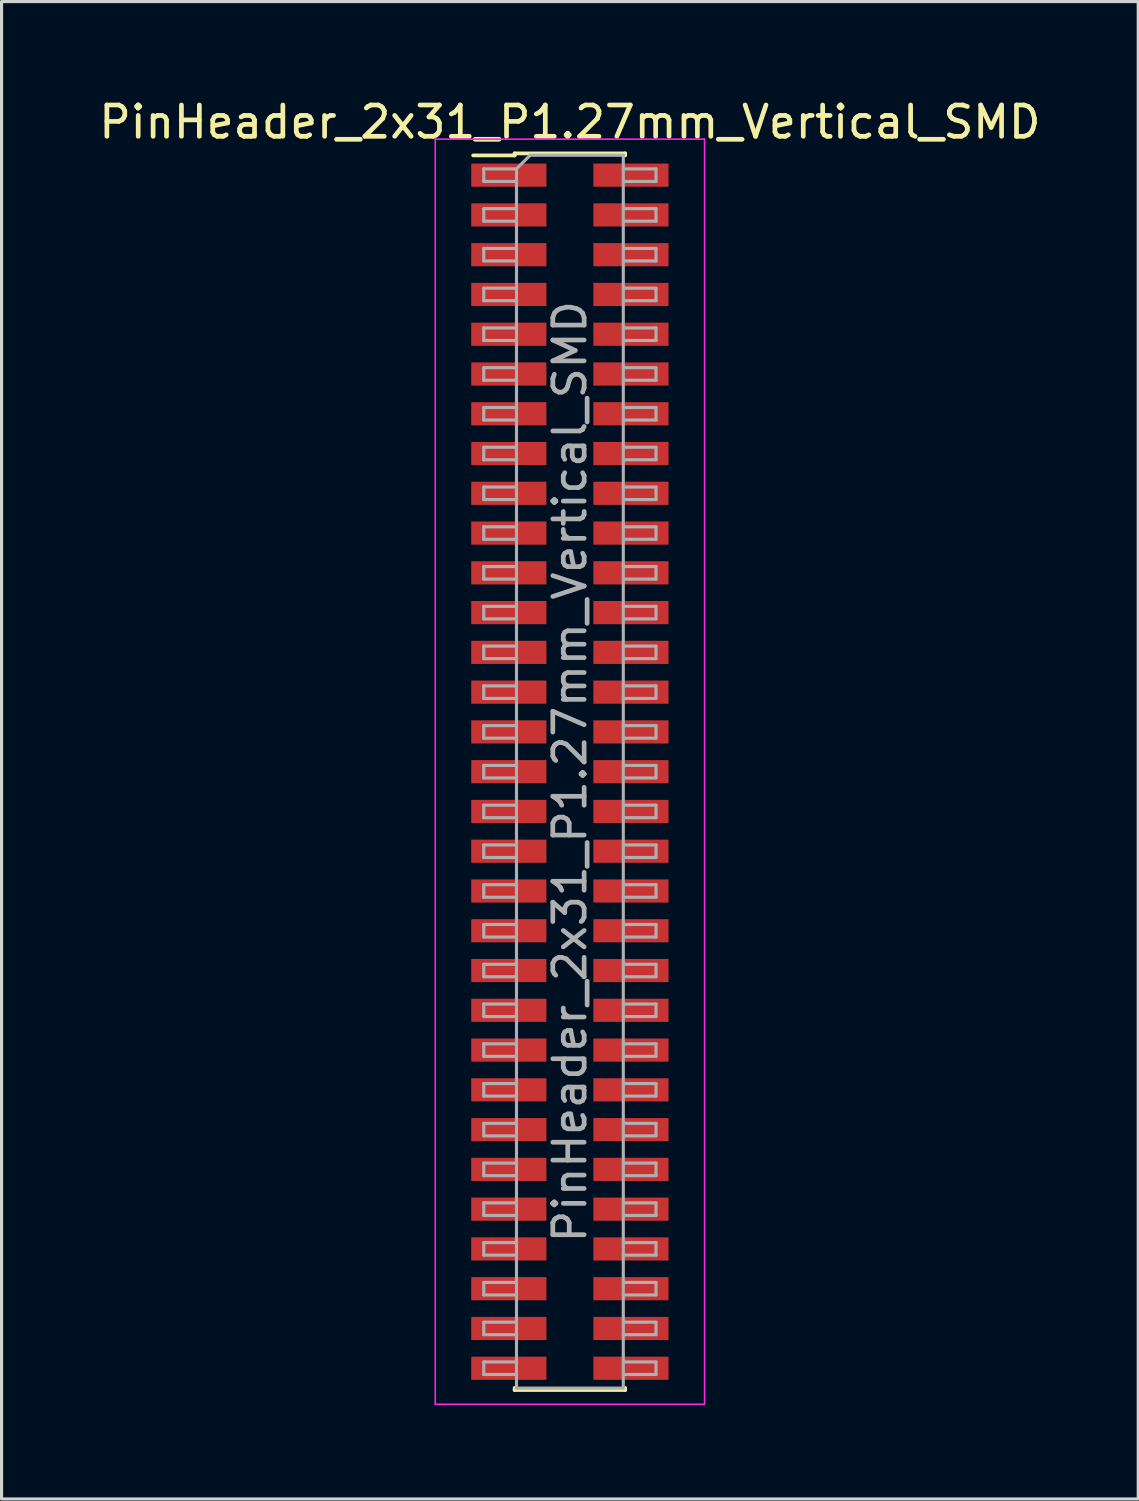
<source format=kicad_pcb>
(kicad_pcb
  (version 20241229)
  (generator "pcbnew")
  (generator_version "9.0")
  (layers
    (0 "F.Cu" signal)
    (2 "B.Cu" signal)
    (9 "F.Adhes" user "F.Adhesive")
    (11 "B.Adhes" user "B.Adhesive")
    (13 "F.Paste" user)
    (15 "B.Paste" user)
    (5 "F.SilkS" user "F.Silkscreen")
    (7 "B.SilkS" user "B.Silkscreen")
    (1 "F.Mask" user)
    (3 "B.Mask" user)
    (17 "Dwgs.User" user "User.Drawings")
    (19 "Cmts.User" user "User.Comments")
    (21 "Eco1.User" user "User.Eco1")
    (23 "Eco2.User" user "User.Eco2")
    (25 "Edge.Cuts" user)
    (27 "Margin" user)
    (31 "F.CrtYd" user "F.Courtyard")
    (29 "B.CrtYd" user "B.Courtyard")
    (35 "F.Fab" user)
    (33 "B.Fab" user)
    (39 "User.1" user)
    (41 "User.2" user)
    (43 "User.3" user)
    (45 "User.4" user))
  (footprint "PinHeader_2x31_P1.27mm_Vertical_SMD"
    (layer "F.Cu")
    (at 15.149 21.593)
    (property "Reference" "PinHeader_2x31_P1.27mm_Vertical_SMD" (at 0 -20.745 0) (layer "F.SilkS") (effects (font (size 1 1) (thickness 0.15))))
    (attr smd)
    (fp_line (start -3.09 -19.68) (end -1.765 -19.68) (stroke (width 0.12) (type solid)) (layer "F.SilkS"))
    (fp_line (start -1.765 -19.745) (end -1.765 -19.68) (stroke (width 0.12) (type solid)) (layer "F.SilkS"))
    (fp_line (start -1.765 -19.745) (end 1.765 -19.745) (stroke (width 0.12) (type solid)) (layer "F.SilkS"))
    (fp_line (start -1.765 19.68) (end -1.765 19.745) (stroke (width 0.12) (type solid)) (layer "F.SilkS"))
    (fp_line (start -1.765 19.745) (end 1.765 19.745) (stroke (width 0.12) (type solid)) (layer "F.SilkS"))
    (fp_line (start 1.765 -19.745) (end 1.765 -19.68) (stroke (width 0.12) (type solid)) (layer "F.SilkS"))
    (fp_line (start 1.765 19.68) (end 1.765 19.745) (stroke (width 0.12) (type solid)) (layer "F.SilkS"))
    (fp_line (start -4.3 -20.2) (end -4.3 20.2) (stroke (width 0.05) (type solid)) (layer "F.CrtYd"))
    (fp_line (start -4.3 20.2) (end 4.3 20.2) (stroke (width 0.05) (type solid)) (layer "F.CrtYd"))
    (fp_line (start 4.3 -20.2) (end -4.3 -20.2) (stroke (width 0.05) (type solid)) (layer "F.CrtYd"))
    (fp_line (start 4.3 20.2) (end 4.3 -20.2) (stroke (width 0.05) (type solid)) (layer "F.CrtYd"))
    (fp_line (start -2.75 -19.25) (end -2.75 -18.85) (stroke (width 0.1) (type solid)) (layer "F.Fab"))
    (fp_line (start -2.75 -18.85) (end -1.705 -18.85) (stroke (width 0.1) (type solid)) (layer "F.Fab"))
    (fp_line (start -2.75 -17.98) (end -2.75 -17.58) (stroke (width 0.1) (type solid)) (layer "F.Fab"))
    (fp_line (start -2.75 -17.58) (end -1.705 -17.58) (stroke (width 0.1) (type solid)) (layer "F.Fab"))
    (fp_line (start -2.75 -16.71) (end -2.75 -16.31) (stroke (width 0.1) (type solid)) (layer "F.Fab"))
    (fp_line (start -2.75 -16.31) (end -1.705 -16.31) (stroke (width 0.1) (type solid)) (layer "F.Fab"))
    (fp_line (start -2.75 -15.44) (end -2.75 -15.04) (stroke (width 0.1) (type solid)) (layer "F.Fab"))
    (fp_line (start -2.75 -15.04) (end -1.705 -15.04) (stroke (width 0.1) (type solid)) (layer "F.Fab"))
    (fp_line (start -2.75 -14.17) (end -2.75 -13.77) (stroke (width 0.1) (type solid)) (layer "F.Fab"))
    (fp_line (start -2.75 -13.77) (end -1.705 -13.77) (stroke (width 0.1) (type solid)) (layer "F.Fab"))
    (fp_line (start -2.75 -12.9) (end -2.75 -12.5) (stroke (width 0.1) (type solid)) (layer "F.Fab"))
    (fp_line (start -2.75 -12.5) (end -1.705 -12.5) (stroke (width 0.1) (type solid)) (layer "F.Fab"))
    (fp_line (start -2.75 -11.63) (end -2.75 -11.23) (stroke (width 0.1) (type solid)) (layer "F.Fab"))
    (fp_line (start -2.75 -11.23) (end -1.705 -11.23) (stroke (width 0.1) (type solid)) (layer "F.Fab"))
    (fp_line (start -2.75 -10.36) (end -2.75 -9.96) (stroke (width 0.1) (type solid)) (layer "F.Fab"))
    (fp_line (start -2.75 -9.96) (end -1.705 -9.96) (stroke (width 0.1) (type solid)) (layer "F.Fab"))
    (fp_line (start -2.75 -9.09) (end -2.75 -8.69) (stroke (width 0.1) (type solid)) (layer "F.Fab"))
    (fp_line (start -2.75 -8.69) (end -1.705 -8.69) (stroke (width 0.1) (type solid)) (layer "F.Fab"))
    (fp_line (start -2.75 -7.82) (end -2.75 -7.42) (stroke (width 0.1) (type solid)) (layer "F.Fab"))
    (fp_line (start -2.75 -7.42) (end -1.705 -7.42) (stroke (width 0.1) (type solid)) (layer "F.Fab"))
    (fp_line (start -2.75 -6.55) (end -2.75 -6.15) (stroke (width 0.1) (type solid)) (layer "F.Fab"))
    (fp_line (start -2.75 -6.15) (end -1.705 -6.15) (stroke (width 0.1) (type solid)) (layer "F.Fab"))
    (fp_line (start -2.75 -5.28) (end -2.75 -4.88) (stroke (width 0.1) (type solid)) (layer "F.Fab"))
    (fp_line (start -2.75 -4.88) (end -1.705 -4.88) (stroke (width 0.1) (type solid)) (layer "F.Fab"))
    (fp_line (start -2.75 -4.01) (end -2.75 -3.61) (stroke (width 0.1) (type solid)) (layer "F.Fab"))
    (fp_line (start -2.75 -3.61) (end -1.705 -3.61) (stroke (width 0.1) (type solid)) (layer "F.Fab"))
    (fp_line (start -2.75 -2.74) (end -2.75 -2.34) (stroke (width 0.1) (type solid)) (layer "F.Fab"))
    (fp_line (start -2.75 -2.34) (end -1.705 -2.34) (stroke (width 0.1) (type solid)) (layer "F.Fab"))
    (fp_line (start -2.75 -1.47) (end -2.75 -1.07) (stroke (width 0.1) (type solid)) (layer "F.Fab"))
    (fp_line (start -2.75 -1.07) (end -1.705 -1.07) (stroke (width 0.1) (type solid)) (layer "F.Fab"))
    (fp_line (start -2.75 -0.2) (end -2.75 0.2) (stroke (width 0.1) (type solid)) (layer "F.Fab"))
    (fp_line (start -2.75 0.2) (end -1.705 0.2) (stroke (width 0.1) (type solid)) (layer "F.Fab"))
    (fp_line (start -2.75 1.07) (end -2.75 1.47) (stroke (width 0.1) (type solid)) (layer "F.Fab"))
    (fp_line (start -2.75 1.47) (end -1.705 1.47) (stroke (width 0.1) (type solid)) (layer "F.Fab"))
    (fp_line (start -2.75 2.34) (end -2.75 2.74) (stroke (width 0.1) (type solid)) (layer "F.Fab"))
    (fp_line (start -2.75 2.74) (end -1.705 2.74) (stroke (width 0.1) (type solid)) (layer "F.Fab"))
    (fp_line (start -2.75 3.61) (end -2.75 4.01) (stroke (width 0.1) (type solid)) (layer "F.Fab"))
    (fp_line (start -2.75 4.01) (end -1.705 4.01) (stroke (width 0.1) (type solid)) (layer "F.Fab"))
    (fp_line (start -2.75 4.88) (end -2.75 5.28) (stroke (width 0.1) (type solid)) (layer "F.Fab"))
    (fp_line (start -2.75 5.28) (end -1.705 5.28) (stroke (width 0.1) (type solid)) (layer "F.Fab"))
    (fp_line (start -2.75 6.15) (end -2.75 6.55) (stroke (width 0.1) (type solid)) (layer "F.Fab"))
    (fp_line (start -2.75 6.55) (end -1.705 6.55) (stroke (width 0.1) (type solid)) (layer "F.Fab"))
    (fp_line (start -2.75 7.42) (end -2.75 7.82) (stroke (width 0.1) (type solid)) (layer "F.Fab"))
    (fp_line (start -2.75 7.82) (end -1.705 7.82) (stroke (width 0.1) (type solid)) (layer "F.Fab"))
    (fp_line (start -2.75 8.69) (end -2.75 9.09) (stroke (width 0.1) (type solid)) (layer "F.Fab"))
    (fp_line (start -2.75 9.09) (end -1.705 9.09) (stroke (width 0.1) (type solid)) (layer "F.Fab"))
    (fp_line (start -2.75 9.96) (end -2.75 10.36) (stroke (width 0.1) (type solid)) (layer "F.Fab"))
    (fp_line (start -2.75 10.36) (end -1.705 10.36) (stroke (width 0.1) (type solid)) (layer "F.Fab"))
    (fp_line (start -2.75 11.23) (end -2.75 11.63) (stroke (width 0.1) (type solid)) (layer "F.Fab"))
    (fp_line (start -2.75 11.63) (end -1.705 11.63) (stroke (width 0.1) (type solid)) (layer "F.Fab"))
    (fp_line (start -2.75 12.5) (end -2.75 12.9) (stroke (width 0.1) (type solid)) (layer "F.Fab"))
    (fp_line (start -2.75 12.9) (end -1.705 12.9) (stroke (width 0.1) (type solid)) (layer "F.Fab"))
    (fp_line (start -2.75 13.77) (end -2.75 14.17) (stroke (width 0.1) (type solid)) (layer "F.Fab"))
    (fp_line (start -2.75 14.17) (end -1.705 14.17) (stroke (width 0.1) (type solid)) (layer "F.Fab"))
    (fp_line (start -2.75 15.04) (end -2.75 15.44) (stroke (width 0.1) (type solid)) (layer "F.Fab"))
    (fp_line (start -2.75 15.44) (end -1.705 15.44) (stroke (width 0.1) (type solid)) (layer "F.Fab"))
    (fp_line (start -2.75 16.31) (end -2.75 16.71) (stroke (width 0.1) (type solid)) (layer "F.Fab"))
    (fp_line (start -2.75 16.71) (end -1.705 16.71) (stroke (width 0.1) (type solid)) (layer "F.Fab"))
    (fp_line (start -2.75 17.58) (end -2.75 17.98) (stroke (width 0.1) (type solid)) (layer "F.Fab"))
    (fp_line (start -2.75 17.98) (end -1.705 17.98) (stroke (width 0.1) (type solid)) (layer "F.Fab"))
    (fp_line (start -2.75 18.85) (end -2.75 19.25) (stroke (width 0.1) (type solid)) (layer "F.Fab"))
    (fp_line (start -2.75 19.25) (end -1.705 19.25) (stroke (width 0.1) (type solid)) (layer "F.Fab"))
    (fp_line (start -1.705 -19.25) (end -2.75 -19.25) (stroke (width 0.1) (type solid)) (layer "F.Fab"))
    (fp_line (start -1.705 -19.25) (end -1.27 -19.685) (stroke (width 0.1) (type solid)) (layer "F.Fab"))
    (fp_line (start -1.705 -17.98) (end -2.75 -17.98) (stroke (width 0.1) (type solid)) (layer "F.Fab"))
    (fp_line (start -1.705 -16.71) (end -2.75 -16.71) (stroke (width 0.1) (type solid)) (layer "F.Fab"))
    (fp_line (start -1.705 -15.44) (end -2.75 -15.44) (stroke (width 0.1) (type solid)) (layer "F.Fab"))
    (fp_line (start -1.705 -14.17) (end -2.75 -14.17) (stroke (width 0.1) (type solid)) (layer "F.Fab"))
    (fp_line (start -1.705 -12.9) (end -2.75 -12.9) (stroke (width 0.1) (type solid)) (layer "F.Fab"))
    (fp_line (start -1.705 -11.63) (end -2.75 -11.63) (stroke (width 0.1) (type solid)) (layer "F.Fab"))
    (fp_line (start -1.705 -10.36) (end -2.75 -10.36) (stroke (width 0.1) (type solid)) (layer "F.Fab"))
    (fp_line (start -1.705 -9.09) (end -2.75 -9.09) (stroke (width 0.1) (type solid)) (layer "F.Fab"))
    (fp_line (start -1.705 -7.82) (end -2.75 -7.82) (stroke (width 0.1) (type solid)) (layer "F.Fab"))
    (fp_line (start -1.705 -6.55) (end -2.75 -6.55) (stroke (width 0.1) (type solid)) (layer "F.Fab"))
    (fp_line (start -1.705 -5.28) (end -2.75 -5.28) (stroke (width 0.1) (type solid)) (layer "F.Fab"))
    (fp_line (start -1.705 -4.01) (end -2.75 -4.01) (stroke (width 0.1) (type solid)) (layer "F.Fab"))
    (fp_line (start -1.705 -2.74) (end -2.75 -2.74) (stroke (width 0.1) (type solid)) (layer "F.Fab"))
    (fp_line (start -1.705 -1.47) (end -2.75 -1.47) (stroke (width 0.1) (type solid)) (layer "F.Fab"))
    (fp_line (start -1.705 -0.2) (end -2.75 -0.2) (stroke (width 0.1) (type solid)) (layer "F.Fab"))
    (fp_line (start -1.705 1.07) (end -2.75 1.07) (stroke (width 0.1) (type solid)) (layer "F.Fab"))
    (fp_line (start -1.705 2.34) (end -2.75 2.34) (stroke (width 0.1) (type solid)) (layer "F.Fab"))
    (fp_line (start -1.705 3.61) (end -2.75 3.61) (stroke (width 0.1) (type solid)) (layer "F.Fab"))
    (fp_line (start -1.705 4.88) (end -2.75 4.88) (stroke (width 0.1) (type solid)) (layer "F.Fab"))
    (fp_line (start -1.705 6.15) (end -2.75 6.15) (stroke (width 0.1) (type solid)) (layer "F.Fab"))
    (fp_line (start -1.705 7.42) (end -2.75 7.42) (stroke (width 0.1) (type solid)) (layer "F.Fab"))
    (fp_line (start -1.705 8.69) (end -2.75 8.69) (stroke (width 0.1) (type solid)) (layer "F.Fab"))
    (fp_line (start -1.705 9.96) (end -2.75 9.96) (stroke (width 0.1) (type solid)) (layer "F.Fab"))
    (fp_line (start -1.705 11.23) (end -2.75 11.23) (stroke (width 0.1) (type solid)) (layer "F.Fab"))
    (fp_line (start -1.705 12.5) (end -2.75 12.5) (stroke (width 0.1) (type solid)) (layer "F.Fab"))
    (fp_line (start -1.705 13.77) (end -2.75 13.77) (stroke (width 0.1) (type solid)) (layer "F.Fab"))
    (fp_line (start -1.705 15.04) (end -2.75 15.04) (stroke (width 0.1) (type solid)) (layer "F.Fab"))
    (fp_line (start -1.705 16.31) (end -2.75 16.31) (stroke (width 0.1) (type solid)) (layer "F.Fab"))
    (fp_line (start -1.705 17.58) (end -2.75 17.58) (stroke (width 0.1) (type solid)) (layer "F.Fab"))
    (fp_line (start -1.705 18.85) (end -2.75 18.85) (stroke (width 0.1) (type solid)) (layer "F.Fab"))
    (fp_line (start -1.705 19.685) (end -1.705 -19.25) (stroke (width 0.1) (type solid)) (layer "F.Fab"))
    (fp_line (start -1.27 -19.685) (end 1.705 -19.685) (stroke (width 0.1) (type solid)) (layer "F.Fab"))
    (fp_line (start 1.705 -19.685) (end 1.705 19.685) (stroke (width 0.1) (type solid)) (layer "F.Fab"))
    (fp_line (start 1.705 -19.25) (end 2.75 -19.25) (stroke (width 0.1) (type solid)) (layer "F.Fab"))
    (fp_line (start 1.705 -17.98) (end 2.75 -17.98) (stroke (width 0.1) (type solid)) (layer "F.Fab"))
    (fp_line (start 1.705 -16.71) (end 2.75 -16.71) (stroke (width 0.1) (type solid)) (layer "F.Fab"))
    (fp_line (start 1.705 -15.44) (end 2.75 -15.44) (stroke (width 0.1) (type solid)) (layer "F.Fab"))
    (fp_line (start 1.705 -14.17) (end 2.75 -14.17) (stroke (width 0.1) (type solid)) (layer "F.Fab"))
    (fp_line (start 1.705 -12.9) (end 2.75 -12.9) (stroke (width 0.1) (type solid)) (layer "F.Fab"))
    (fp_line (start 1.705 -11.63) (end 2.75 -11.63) (stroke (width 0.1) (type solid)) (layer "F.Fab"))
    (fp_line (start 1.705 -10.36) (end 2.75 -10.36) (stroke (width 0.1) (type solid)) (layer "F.Fab"))
    (fp_line (start 1.705 -9.09) (end 2.75 -9.09) (stroke (width 0.1) (type solid)) (layer "F.Fab"))
    (fp_line (start 1.705 -7.82) (end 2.75 -7.82) (stroke (width 0.1) (type solid)) (layer "F.Fab"))
    (fp_line (start 1.705 -6.55) (end 2.75 -6.55) (stroke (width 0.1) (type solid)) (layer "F.Fab"))
    (fp_line (start 1.705 -5.28) (end 2.75 -5.28) (stroke (width 0.1) (type solid)) (layer "F.Fab"))
    (fp_line (start 1.705 -4.01) (end 2.75 -4.01) (stroke (width 0.1) (type solid)) (layer "F.Fab"))
    (fp_line (start 1.705 -2.74) (end 2.75 -2.74) (stroke (width 0.1) (type solid)) (layer "F.Fab"))
    (fp_line (start 1.705 -1.47) (end 2.75 -1.47) (stroke (width 0.1) (type solid)) (layer "F.Fab"))
    (fp_line (start 1.705 -0.2) (end 2.75 -0.2) (stroke (width 0.1) (type solid)) (layer "F.Fab"))
    (fp_line (start 1.705 1.07) (end 2.75 1.07) (stroke (width 0.1) (type solid)) (layer "F.Fab"))
    (fp_line (start 1.705 2.34) (end 2.75 2.34) (stroke (width 0.1) (type solid)) (layer "F.Fab"))
    (fp_line (start 1.705 3.61) (end 2.75 3.61) (stroke (width 0.1) (type solid)) (layer "F.Fab"))
    (fp_line (start 1.705 4.88) (end 2.75 4.88) (stroke (width 0.1) (type solid)) (layer "F.Fab"))
    (fp_line (start 1.705 6.15) (end 2.75 6.15) (stroke (width 0.1) (type solid)) (layer "F.Fab"))
    (fp_line (start 1.705 7.42) (end 2.75 7.42) (stroke (width 0.1) (type solid)) (layer "F.Fab"))
    (fp_line (start 1.705 8.69) (end 2.75 8.69) (stroke (width 0.1) (type solid)) (layer "F.Fab"))
    (fp_line (start 1.705 9.96) (end 2.75 9.96) (stroke (width 0.1) (type solid)) (layer "F.Fab"))
    (fp_line (start 1.705 11.23) (end 2.75 11.23) (stroke (width 0.1) (type solid)) (layer "F.Fab"))
    (fp_line (start 1.705 12.5) (end 2.75 12.5) (stroke (width 0.1) (type solid)) (layer "F.Fab"))
    (fp_line (start 1.705 13.77) (end 2.75 13.77) (stroke (width 0.1) (type solid)) (layer "F.Fab"))
    (fp_line (start 1.705 15.04) (end 2.75 15.04) (stroke (width 0.1) (type solid)) (layer "F.Fab"))
    (fp_line (start 1.705 16.31) (end 2.75 16.31) (stroke (width 0.1) (type solid)) (layer "F.Fab"))
    (fp_line (start 1.705 17.58) (end 2.75 17.58) (stroke (width 0.1) (type solid)) (layer "F.Fab"))
    (fp_line (start 1.705 18.85) (end 2.75 18.85) (stroke (width 0.1) (type solid)) (layer "F.Fab"))
    (fp_line (start 1.705 19.685) (end -1.705 19.685) (stroke (width 0.1) (type solid)) (layer "F.Fab"))
    (fp_line (start 2.75 -19.25) (end 2.75 -18.85) (stroke (width 0.1) (type solid)) (layer "F.Fab"))
    (fp_line (start 2.75 -18.85) (end 1.705 -18.85) (stroke (width 0.1) (type solid)) (layer "F.Fab"))
    (fp_line (start 2.75 -17.98) (end 2.75 -17.58) (stroke (width 0.1) (type solid)) (layer "F.Fab"))
    (fp_line (start 2.75 -17.58) (end 1.705 -17.58) (stroke (width 0.1) (type solid)) (layer "F.Fab"))
    (fp_line (start 2.75 -16.71) (end 2.75 -16.31) (stroke (width 0.1) (type solid)) (layer "F.Fab"))
    (fp_line (start 2.75 -16.31) (end 1.705 -16.31) (stroke (width 0.1) (type solid)) (layer "F.Fab"))
    (fp_line (start 2.75 -15.44) (end 2.75 -15.04) (stroke (width 0.1) (type solid)) (layer "F.Fab"))
    (fp_line (start 2.75 -15.04) (end 1.705 -15.04) (stroke (width 0.1) (type solid)) (layer "F.Fab"))
    (fp_line (start 2.75 -14.17) (end 2.75 -13.77) (stroke (width 0.1) (type solid)) (layer "F.Fab"))
    (fp_line (start 2.75 -13.77) (end 1.705 -13.77) (stroke (width 0.1) (type solid)) (layer "F.Fab"))
    (fp_line (start 2.75 -12.9) (end 2.75 -12.5) (stroke (width 0.1) (type solid)) (layer "F.Fab"))
    (fp_line (start 2.75 -12.5) (end 1.705 -12.5) (stroke (width 0.1) (type solid)) (layer "F.Fab"))
    (fp_line (start 2.75 -11.63) (end 2.75 -11.23) (stroke (width 0.1) (type solid)) (layer "F.Fab"))
    (fp_line (start 2.75 -11.23) (end 1.705 -11.23) (stroke (width 0.1) (type solid)) (layer "F.Fab"))
    (fp_line (start 2.75 -10.36) (end 2.75 -9.96) (stroke (width 0.1) (type solid)) (layer "F.Fab"))
    (fp_line (start 2.75 -9.96) (end 1.705 -9.96) (stroke (width 0.1) (type solid)) (layer "F.Fab"))
    (fp_line (start 2.75 -9.09) (end 2.75 -8.69) (stroke (width 0.1) (type solid)) (layer "F.Fab"))
    (fp_line (start 2.75 -8.69) (end 1.705 -8.69) (stroke (width 0.1) (type solid)) (layer "F.Fab"))
    (fp_line (start 2.75 -7.82) (end 2.75 -7.42) (stroke (width 0.1) (type solid)) (layer "F.Fab"))
    (fp_line (start 2.75 -7.42) (end 1.705 -7.42) (stroke (width 0.1) (type solid)) (layer "F.Fab"))
    (fp_line (start 2.75 -6.55) (end 2.75 -6.15) (stroke (width 0.1) (type solid)) (layer "F.Fab"))
    (fp_line (start 2.75 -6.15) (end 1.705 -6.15) (stroke (width 0.1) (type solid)) (layer "F.Fab"))
    (fp_line (start 2.75 -5.28) (end 2.75 -4.88) (stroke (width 0.1) (type solid)) (layer "F.Fab"))
    (fp_line (start 2.75 -4.88) (end 1.705 -4.88) (stroke (width 0.1) (type solid)) (layer "F.Fab"))
    (fp_line (start 2.75 -4.01) (end 2.75 -3.61) (stroke (width 0.1) (type solid)) (layer "F.Fab"))
    (fp_line (start 2.75 -3.61) (end 1.705 -3.61) (stroke (width 0.1) (type solid)) (layer "F.Fab"))
    (fp_line (start 2.75 -2.74) (end 2.75 -2.34) (stroke (width 0.1) (type solid)) (layer "F.Fab"))
    (fp_line (start 2.75 -2.34) (end 1.705 -2.34) (stroke (width 0.1) (type solid)) (layer "F.Fab"))
    (fp_line (start 2.75 -1.47) (end 2.75 -1.07) (stroke (width 0.1) (type solid)) (layer "F.Fab"))
    (fp_line (start 2.75 -1.07) (end 1.705 -1.07) (stroke (width 0.1) (type solid)) (layer "F.Fab"))
    (fp_line (start 2.75 -0.2) (end 2.75 0.2) (stroke (width 0.1) (type solid)) (layer "F.Fab"))
    (fp_line (start 2.75 0.2) (end 1.705 0.2) (stroke (width 0.1) (type solid)) (layer "F.Fab"))
    (fp_line (start 2.75 1.07) (end 2.75 1.47) (stroke (width 0.1) (type solid)) (layer "F.Fab"))
    (fp_line (start 2.75 1.47) (end 1.705 1.47) (stroke (width 0.1) (type solid)) (layer "F.Fab"))
    (fp_line (start 2.75 2.34) (end 2.75 2.74) (stroke (width 0.1) (type solid)) (layer "F.Fab"))
    (fp_line (start 2.75 2.74) (end 1.705 2.74) (stroke (width 0.1) (type solid)) (layer "F.Fab"))
    (fp_line (start 2.75 3.61) (end 2.75 4.01) (stroke (width 0.1) (type solid)) (layer "F.Fab"))
    (fp_line (start 2.75 4.01) (end 1.705 4.01) (stroke (width 0.1) (type solid)) (layer "F.Fab"))
    (fp_line (start 2.75 4.88) (end 2.75 5.28) (stroke (width 0.1) (type solid)) (layer "F.Fab"))
    (fp_line (start 2.75 5.28) (end 1.705 5.28) (stroke (width 0.1) (type solid)) (layer "F.Fab"))
    (fp_line (start 2.75 6.15) (end 2.75 6.55) (stroke (width 0.1) (type solid)) (layer "F.Fab"))
    (fp_line (start 2.75 6.55) (end 1.705 6.55) (stroke (width 0.1) (type solid)) (layer "F.Fab"))
    (fp_line (start 2.75 7.42) (end 2.75 7.82) (stroke (width 0.1) (type solid)) (layer "F.Fab"))
    (fp_line (start 2.75 7.82) (end 1.705 7.82) (stroke (width 0.1) (type solid)) (layer "F.Fab"))
    (fp_line (start 2.75 8.69) (end 2.75 9.09) (stroke (width 0.1) (type solid)) (layer "F.Fab"))
    (fp_line (start 2.75 9.09) (end 1.705 9.09) (stroke (width 0.1) (type solid)) (layer "F.Fab"))
    (fp_line (start 2.75 9.96) (end 2.75 10.36) (stroke (width 0.1) (type solid)) (layer "F.Fab"))
    (fp_line (start 2.75 10.36) (end 1.705 10.36) (stroke (width 0.1) (type solid)) (layer "F.Fab"))
    (fp_line (start 2.75 11.23) (end 2.75 11.63) (stroke (width 0.1) (type solid)) (layer "F.Fab"))
    (fp_line (start 2.75 11.63) (end 1.705 11.63) (stroke (width 0.1) (type solid)) (layer "F.Fab"))
    (fp_line (start 2.75 12.5) (end 2.75 12.9) (stroke (width 0.1) (type solid)) (layer "F.Fab"))
    (fp_line (start 2.75 12.9) (end 1.705 12.9) (stroke (width 0.1) (type solid)) (layer "F.Fab"))
    (fp_line (start 2.75 13.77) (end 2.75 14.17) (stroke (width 0.1) (type solid)) (layer "F.Fab"))
    (fp_line (start 2.75 14.17) (end 1.705 14.17) (stroke (width 0.1) (type solid)) (layer "F.Fab"))
    (fp_line (start 2.75 15.04) (end 2.75 15.44) (stroke (width 0.1) (type solid)) (layer "F.Fab"))
    (fp_line (start 2.75 15.44) (end 1.705 15.44) (stroke (width 0.1) (type solid)) (layer "F.Fab"))
    (fp_line (start 2.75 16.31) (end 2.75 16.71) (stroke (width 0.1) (type solid)) (layer "F.Fab"))
    (fp_line (start 2.75 16.71) (end 1.705 16.71) (stroke (width 0.1) (type solid)) (layer "F.Fab"))
    (fp_line (start 2.75 17.58) (end 2.75 17.98) (stroke (width 0.1) (type solid)) (layer "F.Fab"))
    (fp_line (start 2.75 17.98) (end 1.705 17.98) (stroke (width 0.1) (type solid)) (layer "F.Fab"))
    (fp_line (start 2.75 18.85) (end 2.75 19.25) (stroke (width 0.1) (type solid)) (layer "F.Fab"))
    (fp_line (start 2.75 19.25) (end 1.705 19.25) (stroke (width 0.1) (type solid)) (layer "F.Fab"))
    (fp_text user "${REFERENCE}" (at 0 0 90) (layer "F.Fab") (effects (font (size 1 1) (thickness 0.15))))
    (pad "1" smd rect (at -1.95 -19.05) (size 2.4 0.74) (layers "F.Cu" "F.Mask" "F.Paste"))
    (pad "2" smd rect (at 1.95 -19.05) (size 2.4 0.74) (layers "F.Cu" "F.Mask" "F.Paste"))
    (pad "3" smd rect (at -1.95 -17.78) (size 2.4 0.74) (layers "F.Cu" "F.Mask" "F.Paste"))
    (pad "4" smd rect (at 1.95 -17.78) (size 2.4 0.74) (layers "F.Cu" "F.Mask" "F.Paste"))
    (pad "5" smd rect (at -1.95 -16.51) (size 2.4 0.74) (layers "F.Cu" "F.Mask" "F.Paste"))
    (pad "6" smd rect (at 1.95 -16.51) (size 2.4 0.74) (layers "F.Cu" "F.Mask" "F.Paste"))
    (pad "7" smd rect (at -1.95 -15.24) (size 2.4 0.74) (layers "F.Cu" "F.Mask" "F.Paste"))
    (pad "8" smd rect (at 1.95 -15.24) (size 2.4 0.74) (layers "F.Cu" "F.Mask" "F.Paste"))
    (pad "9" smd rect (at -1.95 -13.97) (size 2.4 0.74) (layers "F.Cu" "F.Mask" "F.Paste"))
    (pad "10" smd rect (at 1.95 -13.97) (size 2.4 0.74) (layers "F.Cu" "F.Mask" "F.Paste"))
    (pad "11" smd rect (at -1.95 -12.7) (size 2.4 0.74) (layers "F.Cu" "F.Mask" "F.Paste"))
    (pad "12" smd rect (at 1.95 -12.7) (size 2.4 0.74) (layers "F.Cu" "F.Mask" "F.Paste"))
    (pad "13" smd rect (at -1.95 -11.43) (size 2.4 0.74) (layers "F.Cu" "F.Mask" "F.Paste"))
    (pad "14" smd rect (at 1.95 -11.43) (size 2.4 0.74) (layers "F.Cu" "F.Mask" "F.Paste"))
    (pad "15" smd rect (at -1.95 -10.16) (size 2.4 0.74) (layers "F.Cu" "F.Mask" "F.Paste"))
    (pad "16" smd rect (at 1.95 -10.16) (size 2.4 0.74) (layers "F.Cu" "F.Mask" "F.Paste"))
    (pad "17" smd rect (at -1.95 -8.89) (size 2.4 0.74) (layers "F.Cu" "F.Mask" "F.Paste"))
    (pad "18" smd rect (at 1.95 -8.89) (size 2.4 0.74) (layers "F.Cu" "F.Mask" "F.Paste"))
    (pad "19" smd rect (at -1.95 -7.62) (size 2.4 0.74) (layers "F.Cu" "F.Mask" "F.Paste"))
    (pad "20" smd rect (at 1.95 -7.62) (size 2.4 0.74) (layers "F.Cu" "F.Mask" "F.Paste"))
    (pad "21" smd rect (at -1.95 -6.35) (size 2.4 0.74) (layers "F.Cu" "F.Mask" "F.Paste"))
    (pad "22" smd rect (at 1.95 -6.35) (size 2.4 0.74) (layers "F.Cu" "F.Mask" "F.Paste"))
    (pad "23" smd rect (at -1.95 -5.08) (size 2.4 0.74) (layers "F.Cu" "F.Mask" "F.Paste"))
    (pad "24" smd rect (at 1.95 -5.08) (size 2.4 0.74) (layers "F.Cu" "F.Mask" "F.Paste"))
    (pad "25" smd rect (at -1.95 -3.81) (size 2.4 0.74) (layers "F.Cu" "F.Mask" "F.Paste"))
    (pad "26" smd rect (at 1.95 -3.81) (size 2.4 0.74) (layers "F.Cu" "F.Mask" "F.Paste"))
    (pad "27" smd rect (at -1.95 -2.54) (size 2.4 0.74) (layers "F.Cu" "F.Mask" "F.Paste"))
    (pad "28" smd rect (at 1.95 -2.54) (size 2.4 0.74) (layers "F.Cu" "F.Mask" "F.Paste"))
    (pad "29" smd rect (at -1.95 -1.27) (size 2.4 0.74) (layers "F.Cu" "F.Mask" "F.Paste"))
    (pad "30" smd rect (at 1.95 -1.27) (size 2.4 0.74) (layers "F.Cu" "F.Mask" "F.Paste"))
    (pad "31" smd rect (at -1.95 0) (size 2.4 0.74) (layers "F.Cu" "F.Mask" "F.Paste"))
    (pad "32" smd rect (at 1.95 0) (size 2.4 0.74) (layers "F.Cu" "F.Mask" "F.Paste"))
    (pad "33" smd rect (at -1.95 1.27) (size 2.4 0.74) (layers "F.Cu" "F.Mask" "F.Paste"))
    (pad "34" smd rect (at 1.95 1.27) (size 2.4 0.74) (layers "F.Cu" "F.Mask" "F.Paste"))
    (pad "35" smd rect (at -1.95 2.54) (size 2.4 0.74) (layers "F.Cu" "F.Mask" "F.Paste"))
    (pad "36" smd rect (at 1.95 2.54) (size 2.4 0.74) (layers "F.Cu" "F.Mask" "F.Paste"))
    (pad "37" smd rect (at -1.95 3.81) (size 2.4 0.74) (layers "F.Cu" "F.Mask" "F.Paste"))
    (pad "38" smd rect (at 1.95 3.81) (size 2.4 0.74) (layers "F.Cu" "F.Mask" "F.Paste"))
    (pad "39" smd rect (at -1.95 5.08) (size 2.4 0.74) (layers "F.Cu" "F.Mask" "F.Paste"))
    (pad "40" smd rect (at 1.95 5.08) (size 2.4 0.74) (layers "F.Cu" "F.Mask" "F.Paste"))
    (pad "41" smd rect (at -1.95 6.35) (size 2.4 0.74) (layers "F.Cu" "F.Mask" "F.Paste"))
    (pad "42" smd rect (at 1.95 6.35) (size 2.4 0.74) (layers "F.Cu" "F.Mask" "F.Paste"))
    (pad "43" smd rect (at -1.95 7.62) (size 2.4 0.74) (layers "F.Cu" "F.Mask" "F.Paste"))
    (pad "44" smd rect (at 1.95 7.62) (size 2.4 0.74) (layers "F.Cu" "F.Mask" "F.Paste"))
    (pad "45" smd rect (at -1.95 8.89) (size 2.4 0.74) (layers "F.Cu" "F.Mask" "F.Paste"))
    (pad "46" smd rect (at 1.95 8.89) (size 2.4 0.74) (layers "F.Cu" "F.Mask" "F.Paste"))
    (pad "47" smd rect (at -1.95 10.16) (size 2.4 0.74) (layers "F.Cu" "F.Mask" "F.Paste"))
    (pad "48" smd rect (at 1.95 10.16) (size 2.4 0.74) (layers "F.Cu" "F.Mask" "F.Paste"))
    (pad "49" smd rect (at -1.95 11.43) (size 2.4 0.74) (layers "F.Cu" "F.Mask" "F.Paste"))
    (pad "50" smd rect (at 1.95 11.43) (size 2.4 0.74) (layers "F.Cu" "F.Mask" "F.Paste"))
    (pad "51" smd rect (at -1.95 12.7) (size 2.4 0.74) (layers "F.Cu" "F.Mask" "F.Paste"))
    (pad "52" smd rect (at 1.95 12.7) (size 2.4 0.74) (layers "F.Cu" "F.Mask" "F.Paste"))
    (pad "53" smd rect (at -1.95 13.97) (size 2.4 0.74) (layers "F.Cu" "F.Mask" "F.Paste"))
    (pad "54" smd rect (at 1.95 13.97) (size 2.4 0.74) (layers "F.Cu" "F.Mask" "F.Paste"))
    (pad "55" smd rect (at -1.95 15.24) (size 2.4 0.74) (layers "F.Cu" "F.Mask" "F.Paste"))
    (pad "56" smd rect (at 1.95 15.24) (size 2.4 0.74) (layers "F.Cu" "F.Mask" "F.Paste"))
    (pad "57" smd rect (at -1.95 16.51) (size 2.4 0.74) (layers "F.Cu" "F.Mask" "F.Paste"))
    (pad "58" smd rect (at 1.95 16.51) (size 2.4 0.74) (layers "F.Cu" "F.Mask" "F.Paste"))
    (pad "59" smd rect (at -1.95 17.78) (size 2.4 0.74) (layers "F.Cu" "F.Mask" "F.Paste"))
    (pad "60" smd rect (at 1.95 17.78) (size 2.4 0.74) (layers "F.Cu" "F.Mask" "F.Paste"))
    (pad "61" smd rect (at -1.95 19.05) (size 2.4 0.74) (layers "F.Cu" "F.Mask" "F.Paste"))
    (pad "62" smd rect (at 1.95 19.05) (size 2.4 0.74) (layers "F.Cu" "F.Mask" "F.Paste")))
  (gr_rect
    (start -3 -3)
    (end 33.298 44.818)
    (stroke (width 0.1) (type default))
    (fill no)
    (layer "Edge.Cuts")))
</source>
